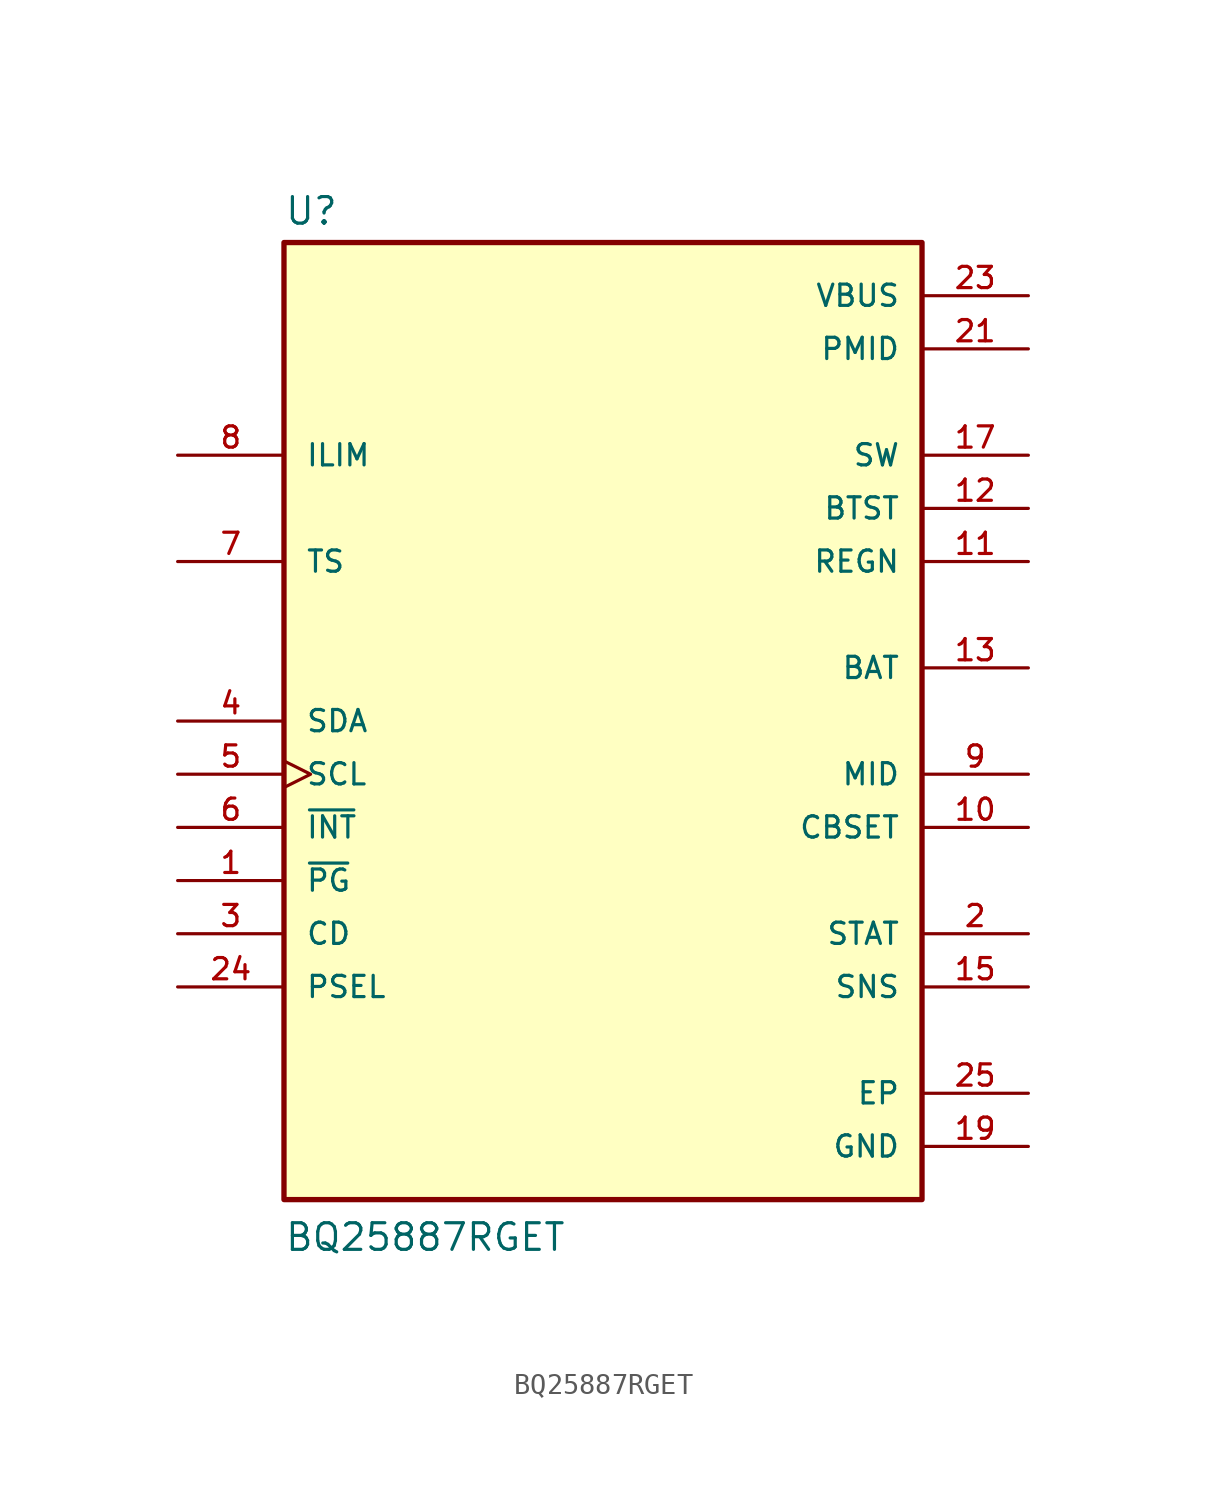
<source format=kicad_sym>
(kicad_symbol_lib
  (version 20211014)
  (generator kicad_symbol_editor)
  (symbol "BQ25887RGET"
    (pin_names
      (offset 1.016))
    (property "Reference" "U"
      (at -15.24 23.622 0)
      (effects (font (size 1.27 1.27)) (justify bottom left)))
    (property "Value" "BQ25887RGET"
      (at -15.24 -25.4 0)
      (effects (font (size 1.27 1.27)) (justify bottom left)))
    (symbol "BQ25887RGET_0_0"
      (rectangle (start -15.24 -22.86) (end 15.24 22.86) (stroke (width 0.254)) (fill (type background)))
      (pin output line (at -20.32 -7.62 0) (length 5.08) (name "~{PG}" (effects (font (size 1.016 1.016)))) (number "1" (effects (font (size 1.016 1.016)))))
      (pin output line (at 20.32 -10.16 180.0) (length 5.08) (name "STAT" (effects (font (size 1.016 1.016)))) (number "2" (effects (font (size 1.016 1.016)))))
      (pin input line (at -20.32 -10.16 0) (length 5.08) (name "CD" (effects (font (size 1.016 1.016)))) (number "3" (effects (font (size 1.016 1.016)))))
      (pin input clock (at -20.32 -2.54 0) (length 5.08) (name "SCL" (effects (font (size 1.016 1.016)))) (number "5" (effects (font (size 1.016 1.016)))))
      (pin bidirectional line (at -20.32 0.0 0) (length 5.08) (name "SDA" (effects (font (size 1.016 1.016)))) (number "4" (effects (font (size 1.016 1.016)))))
      (pin output line (at -20.32 -5.08 0) (length 5.08) (name "~{INT}" (effects (font (size 1.016 1.016)))) (number "6" (effects (font (size 1.016 1.016)))))
      (pin input line (at -20.32 7.62 0) (length 5.08) (name "TS" (effects (font (size 1.016 1.016)))) (number "7" (effects (font (size 1.016 1.016)))))
      (pin input line (at -20.32 12.7 0) (length 5.08) (name "ILIM" (effects (font (size 1.016 1.016)))) (number "8" (effects (font (size 1.016 1.016)))))
      (pin input line (at 20.32 -2.54 180.0) (length 5.08) (name "MID" (effects (font (size 1.016 1.016)))) (number "9" (effects (font (size 1.016 1.016)))))
      (pin power_in line (at 20.32 -5.08 180.0) (length 5.08) (name "CBSET" (effects (font (size 1.016 1.016)))) (number "10" (effects (font (size 1.016 1.016)))))
      (pin power_in line (at 20.32 7.62 180.0) (length 5.08) (name "REGN" (effects (font (size 1.016 1.016)))) (number "11" (effects (font (size 1.016 1.016)))))
      (pin power_in line (at 20.32 10.16 180.0) (length 5.08) (name "BTST" (effects (font (size 1.016 1.016)))) (number "12" (effects (font (size 1.016 1.016)))))
      (pin power_in line (at 20.32 2.54 180.0) (length 5.08) (name "BAT" (effects (font (size 1.016 1.016)))) (number "13" (effects (font (size 1.016 1.016)))))
      (pin power_in line (at 20.32 2.54 180.0) (length 5.08) hide (name "BAT" (effects (font (size 1.016 1.016)))) (number "14" (effects (font (size 1.016 1.016)))))
      (pin power_in line (at 20.32 12.7 180.0) (length 5.08) (name "SW" (effects (font (size 1.016 1.016)))) (number "17" (effects (font (size 1.016 1.016)))))
      (pin power_in line (at 20.32 12.7 180.0) (length 5.08) hide (name "SW" (effects (font (size 1.016 1.016)))) (number "18" (effects (font (size 1.016 1.016)))))
      (pin output line (at 20.32 -12.7 180.0) (length 5.08) (name "SNS" (effects (font (size 1.016 1.016)))) (number "15" (effects (font (size 1.016 1.016)))))
      (pin output line (at 20.32 -12.7 180.0) (length 5.08) hide (name "SNS" (effects (font (size 1.016 1.016)))) (number "16" (effects (font (size 1.016 1.016)))))
      (pin power_in line (at 20.32 -20.32 180.0) (length 5.08) (name "GND" (effects (font (size 1.016 1.016)))) (number "19" (effects (font (size 1.016 1.016)))))
      (pin power_in line (at 20.32 -20.32 180.0) (length 5.08) hide (name "GND" (effects (font (size 1.016 1.016)))) (number "20" (effects (font (size 1.016 1.016)))))
      (pin power_in line (at 20.32 17.78 180.0) (length 5.08) (name "PMID" (effects (font (size 1.016 1.016)))) (number "21" (effects (font (size 1.016 1.016)))))
      (pin power_in line (at 20.32 17.78 180.0) (length 5.08) hide (name "PMID" (effects (font (size 1.016 1.016)))) (number "22" (effects (font (size 1.016 1.016)))))
      (pin power_in line (at 20.32 20.32 180.0) (length 5.08) (name "VBUS" (effects (font (size 1.016 1.016)))) (number "23" (effects (font (size 1.016 1.016)))))
      (pin input line (at -20.32 -12.7 0) (length 5.08) (name "PSEL" (effects (font (size 1.016 1.016)))) (number "24" (effects (font (size 1.016 1.016)))))
      (pin passive line (at 20.32 -17.78 180.0) (length 5.08) (name "EP" (effects (font (size 1.016 1.016)))) (number "25" (effects (font (size 1.016 1.016)))))
      (pin passive line (at 20.32 -17.78 180.0) (length 5.08) hide (name "EP" (effects (font (size 1.016 1.016)))) (number "25_1" (effects (font (size 1.016 1.016)))))
      (pin passive line (at 20.32 -17.78 180.0) (length 5.08) hide (name "EP" (effects (font (size 1.016 1.016)))) (number "25_2" (effects (font (size 1.016 1.016)))))
      (pin passive line (at 20.32 -17.78 180.0) (length 5.08) hide (name "EP" (effects (font (size 1.016 1.016)))) (number "25_3" (effects (font (size 1.016 1.016)))))
      (pin passive line (at 20.32 -17.78 180.0) (length 5.08) hide (name "EP" (effects (font (size 1.016 1.016)))) (number "25_4" (effects (font (size 1.016 1.016)))))
      (pin passive line (at 20.32 -17.78 180.0) (length 5.08) hide (name "EP" (effects (font (size 1.016 1.016)))) (number "25_5" (effects (font (size 1.016 1.016))))))))
</source>
